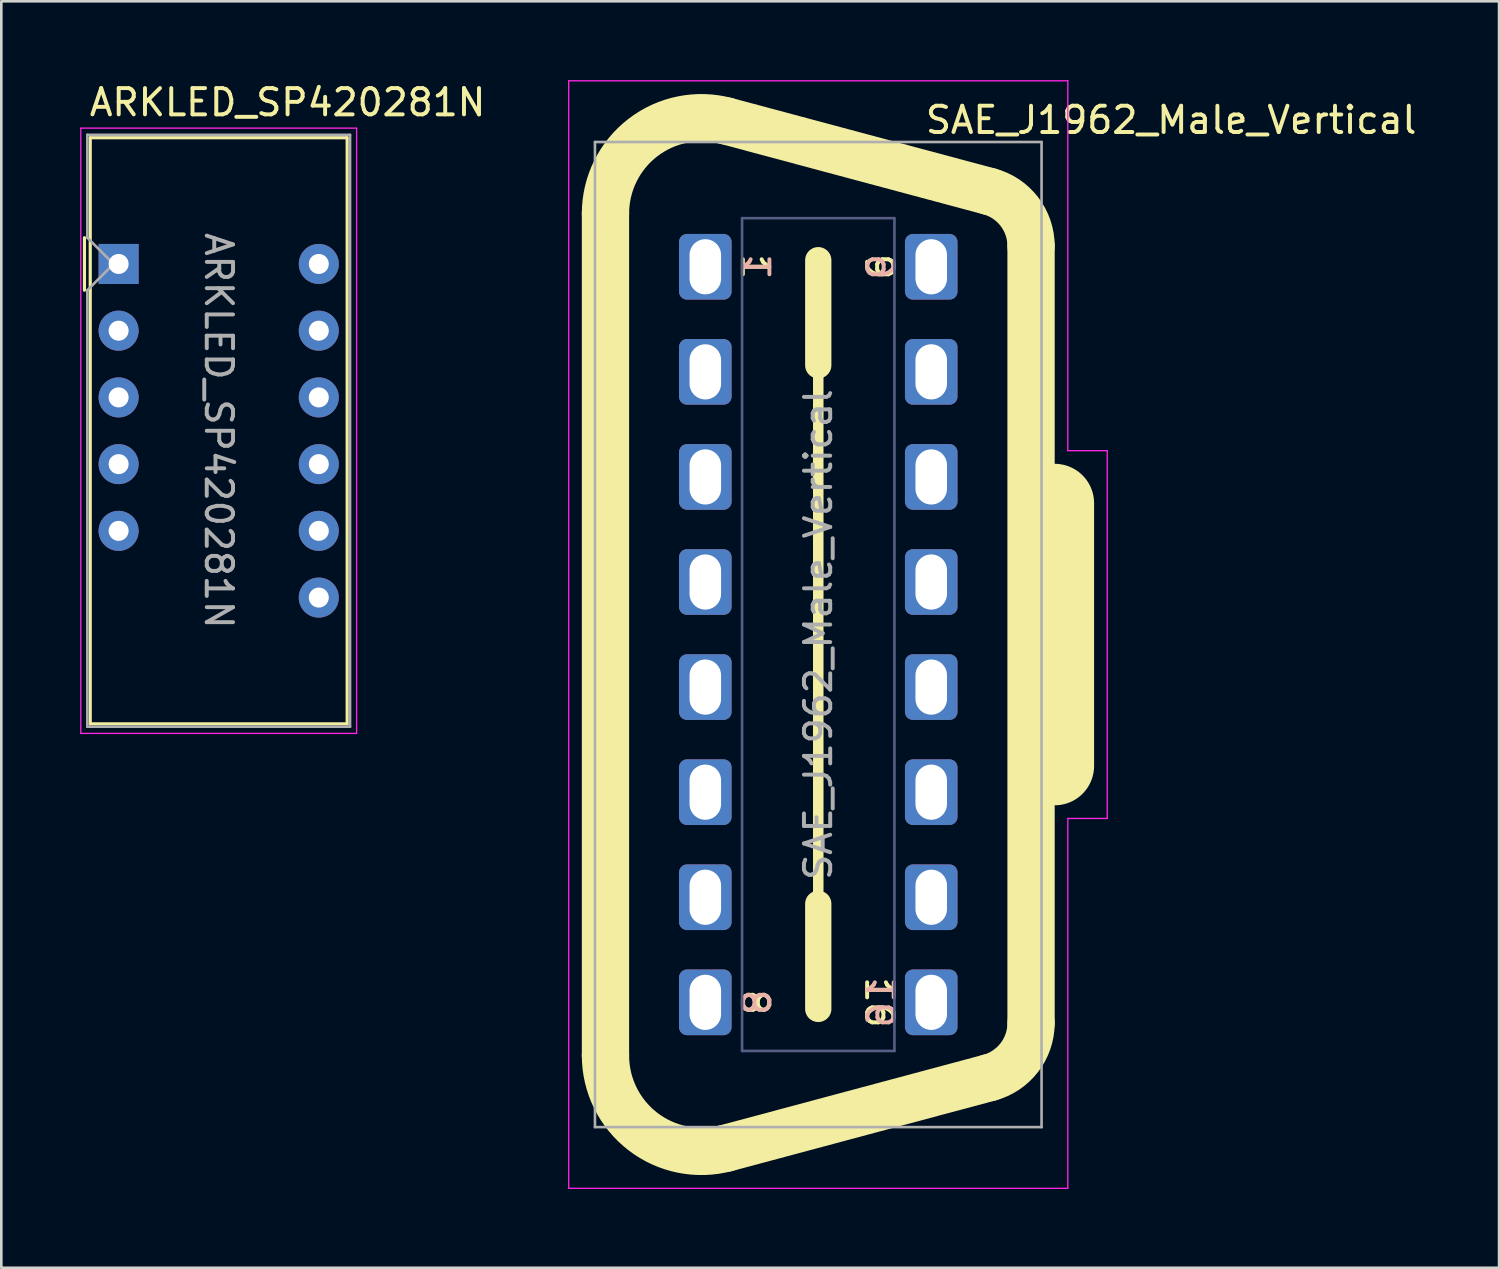
<source format=kicad_pcb>
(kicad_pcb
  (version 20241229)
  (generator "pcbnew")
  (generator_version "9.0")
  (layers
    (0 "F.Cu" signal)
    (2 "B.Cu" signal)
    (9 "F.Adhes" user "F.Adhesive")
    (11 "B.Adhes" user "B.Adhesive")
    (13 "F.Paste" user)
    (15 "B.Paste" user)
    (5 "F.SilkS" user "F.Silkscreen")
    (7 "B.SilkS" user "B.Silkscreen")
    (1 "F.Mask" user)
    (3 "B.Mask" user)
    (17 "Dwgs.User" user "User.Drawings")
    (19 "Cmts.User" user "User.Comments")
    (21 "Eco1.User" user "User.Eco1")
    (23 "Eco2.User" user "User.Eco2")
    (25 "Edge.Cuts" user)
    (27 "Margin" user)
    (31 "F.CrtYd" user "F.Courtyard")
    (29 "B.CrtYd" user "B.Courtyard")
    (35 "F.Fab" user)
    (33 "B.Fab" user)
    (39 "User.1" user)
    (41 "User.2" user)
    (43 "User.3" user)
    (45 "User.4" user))
  (footprint "ARKLED_SP420281N"
    (layer "F.Cu")
    (at 1.465 6.998)
    (property "Reference" "ARKLED_SP420281N" (at -1.19 -6.15 0) (unlocked yes) (layer "F.SilkS") (effects (font (size 1 1) (thickness 0.15)) (justify left)))
    (attr through_hole)
    (fp_line (start -1.3 -1) (end -1.3 1) (stroke (width 0.12) (type default)) (layer "F.SilkS"))
    (fp_line (start -1.08 -4.805) (end -1.08 17.505) (stroke (width 0.12) (type default)) (layer "F.SilkS"))
    (fp_line (start -1.08 -4.805) (end 8.7 -4.805) (stroke (width 0.12) (type default)) (layer "F.SilkS"))
    (fp_line (start -1.08 17.505) (end 8.7 17.505) (stroke (width 0.12) (type default)) (layer "F.SilkS"))
    (fp_line (start 8.7 -4.805) (end 8.7 17.505) (stroke (width 0.12) (type default)) (layer "F.SilkS"))
    (fp_line (start -1.44 -5.17) (end 9.06 -5.17) (stroke (width 0.05) (type default)) (layer "F.CrtYd"))
    (fp_line (start -1.44 17.87) (end -1.44 -5.17) (stroke (width 0.05) (type default)) (layer "F.CrtYd"))
    (fp_line (start -1.44 17.87) (end 9.06 17.87) (stroke (width 0.05) (type default)) (layer "F.CrtYd"))
    (fp_line (start 9.06 17.87) (end 9.06 -5.17) (stroke (width 0.05) (type default)) (layer "F.CrtYd"))
    (fp_line (start -1.19 -4.915) (end 8.81 -4.915) (stroke (width 0.1) (type default)) (layer "F.Fab"))
    (fp_line (start -1.19 -1) (end -1.19 -4.915) (stroke (width 0.1) (type default)) (layer "F.Fab"))
    (fp_line (start -1.19 -1) (end -0.19 0) (stroke (width 0.1) (type default)) (layer "F.Fab"))
    (fp_line (start -1.19 1) (end -1.19 17.615) (stroke (width 0.1) (type default)) (layer "F.Fab"))
    (fp_line (start -1.19 17.615) (end 8.81 17.615) (stroke (width 0.1) (type default)) (layer "F.Fab"))
    (fp_line (start -0.19 0) (end -1.19 1) (stroke (width 0.1) (type default)) (layer "F.Fab"))
    (fp_line (start 8.81 -4.915) (end 8.81 17.615) (stroke (width 0.1) (type default)) (layer "F.Fab"))
    (fp_text user "${REFERENCE}" (at 3.81 6.35 270) (unlocked yes) (layer "F.Fab") (effects (font (size 1 1) (thickness 0.15))))
    (pad "1" thru_hole rect (at 0 0) (size 1.524 1.524) (drill 0.762) (layers "*.Cu" "*.Mask"))
    (pad "2" thru_hole circle (at 0 2.54) (size 1.524 1.524) (drill 0.762) (layers "*.Cu" "*.Mask"))
    (pad "3" thru_hole circle (at 0 5.08) (size 1.524 1.524) (drill 0.762) (layers "*.Cu" "*.Mask"))
    (pad "4" thru_hole circle (at 0 7.62) (size 1.524 1.524) (drill 0.762) (layers "*.Cu" "*.Mask"))
    (pad "5" thru_hole circle (at 0 10.16) (size 1.524 1.524) (drill 0.762) (layers "*.Cu" "*.Mask"))
    (pad "7" thru_hole circle (at 7.62 12.7) (size 1.524 1.524) (drill 0.762) (layers "*.Cu" "*.Mask"))
    (pad "8" thru_hole circle (at 7.62 10.16) (size 1.524 1.524) (drill 0.762) (layers "*.Cu" "*.Mask"))
    (pad "9" thru_hole circle (at 7.62 7.62) (size 1.524 1.524) (drill 0.762) (layers "*.Cu" "*.Mask"))
    (pad "10" thru_hole circle (at 7.62 5.08) (size 1.524 1.524) (drill 0.762) (layers "*.Cu" "*.Mask"))
    (pad "11" thru_hole circle (at 7.62 2.54) (size 1.524 1.524) (drill 0.762) (layers "*.Cu" "*.Mask"))
    (pad "12" thru_hole circle (at 7.62 0) (size 1.524 1.524) (drill 0.762) (layers "*.Cu" "*.Mask")))
  (footprint "SAE_J1962_Male_Vertical"
    (layer "F.Cu")
    (at 28.098 21.105)
    (property "Reference" "SAE_J1962_Male_Vertical" (at 4 -19 0) (unlocked yes) (layer "F.SilkS") (effects (font (size 1 1) (thickness 0.15)) (justify left bottom)))
    (attr through_hole)
    (fp_line (start -8.1 -16.025) (end -8.1 16.025) (stroke (width 1.8) (type default)) (layer "F.SilkS"))
    (fp_line (start -3.505 -19.551) (end 6.506 -16.868) (stroke (width 1.8) (type default)) (layer "F.SilkS"))
    (fp_line (start -3.505 19.551) (end 6.506 16.868) (stroke (width 1.8) (type default)) (layer "F.SilkS"))
    (fp_line (start 0 -14.25) (end 0 -10.25) (stroke (width 1) (type default)) (layer "F.SilkS"))
    (fp_line (start 0 -14.25) (end 0 14.25) (stroke (width 0.4) (type default)) (layer "F.SilkS"))
    (fp_line (start 0 14.25) (end 0 10.25) (stroke (width 1) (type default)) (layer "F.SilkS"))
    (fp_line (start 8.1 -14.791) (end 8.1 14.791) (stroke (width 1.8) (type default)) (layer "F.SilkS"))
    (fp_line (start 9 -5) (end 9 5) (stroke (width 3) (type default)) (layer "F.SilkS"))
    (fp_arc (start -8.1 -16.025) (mid -6.671966 -18.920727) (end -3.5053 -19.5506) (stroke (width 1.8) (type default)) (layer "F.SilkS"))
    (fp_arc (start -3.5053 19.5506) (mid -6.671966 18.920727) (end -8.1 16.025) (stroke (width 1.8) (type default)) (layer "F.SilkS"))
    (fp_arc (start 6.506492 -16.867945) (mid 7.655711 -16.100048) (end 8.1 -14.79124) (stroke (width 1.8) (type default)) (layer "F.SilkS"))
    (fp_arc (start 8.1 14.79124) (mid 7.655711 16.100048) (end 6.506492 16.867945) (stroke (width 1.8) (type default)) (layer "F.SilkS"))
    (fp_line (start -9.5 -21.08) (end -9.5 21.08) (stroke (width 0.05) (type default)) (layer "F.CrtYd"))
    (fp_line (start -9.5 21.08) (end 9.5 21.08) (stroke (width 0.05) (type default)) (layer "F.CrtYd"))
    (fp_line (start 9.5 -21.08) (end -9.5 -21.08) (stroke (width 0.05) (type default)) (layer "F.CrtYd"))
    (fp_line (start 9.5 -7) (end 9.5 -21.08) (stroke (width 0.05) (type default)) (layer "F.CrtYd"))
    (fp_line (start 9.5 7) (end 11 7) (stroke (width 0.05) (type default)) (layer "F.CrtYd"))
    (fp_line (start 9.5 21.08) (end 9.5 7) (stroke (width 0.05) (type default)) (layer "F.CrtYd"))
    (fp_line (start 11 -7) (end 9.5 -7) (stroke (width 0.05) (type default)) (layer "F.CrtYd"))
    (fp_line (start 11 7) (end 11 -7) (stroke (width 0.05) (type default)) (layer "F.CrtYd"))
    (fp_line (start -2.9 -15.85) (end 2.9 -15.85) (stroke (width 0.1) (type default)) (layer "B.Fab"))
    (fp_line (start -2.9 15.85) (end -2.9 -15.85) (stroke (width 0.1) (type default)) (layer "B.Fab"))
    (fp_line (start 2.9 -15.85) (end 2.9 15.85) (stroke (width 0.1) (type default)) (layer "B.Fab"))
    (fp_line (start 2.9 15.85) (end -2.9 15.85) (stroke (width 0.1) (type default)) (layer "B.Fab"))
    (fp_line (start -8.5 -18.75) (end 8.5 -18.75) (stroke (width 0.1) (type default)) (layer "F.Fab"))
    (fp_line (start -8.5 18.75) (end -8.5 -18.75) (stroke (width 0.1) (type default)) (layer "F.Fab"))
    (fp_line (start 8.5 -18.75) (end 8.5 18.75) (stroke (width 0.1) (type default)) (layer "F.Fab"))
    (fp_line (start 8.5 18.75) (end -8.5 18.75) (stroke (width 0.1) (type default)) (layer "F.Fab"))
    (fp_text user "9" (at 2.9 -14 270) (unlocked yes) (layer "F.SilkS") (effects (font (size 1 1) (thickness 0.15)) (justify top)))
    (fp_text user "1" (at -3 -14 270) (unlocked yes) (layer "F.SilkS") (effects (font (size 1 1) (thickness 0.15)) (justify bottom)))
    (fp_text user "8" (at -3 14 270) (unlocked yes) (layer "F.SilkS") (effects (font (size 1 1) (thickness 0.15)) (justify bottom)))
    (fp_text user "16" (at 2.9 14 270) (unlocked yes) (layer "F.SilkS") (effects (font (size 1 1) (thickness 0.15)) (justify top)))
    (fp_text user "1" (at -2.9 -14 90) (unlocked yes) (layer "B.SilkS") (effects (font (size 1 1) (thickness 0.15)) (justify top mirror)))
    (fp_text user "16" (at 3 14 90) (unlocked yes) (layer "B.SilkS") (effects (font (size 1 1) (thickness 0.15)) (justify bottom mirror)))
    (fp_text user "8" (at -2.9 14 90) (unlocked yes) (layer "B.SilkS") (effects (font (size 1 1) (thickness 0.15)) (justify top mirror)))
    (fp_text user "9" (at 3 -14 90) (unlocked yes) (layer "B.SilkS") (effects (font (size 1 1) (thickness 0.15)) (justify bottom mirror)))
    (fp_text user "${REFERENCE}" (at 0 0 90) (unlocked yes) (layer "F.Fab") (effects (font (size 1 1) (thickness 0.15))))
    (pad "1" thru_hole roundrect (at -4.3 -14 270) (size 2.5 2) (drill oval 2.1 1.2) (layers "*.Cu" "*.Mask") (roundrect_rratio 0.15))
    (pad "2" thru_hole roundrect (at -4.3 -10 270) (size 2.5 2) (drill oval 2.1 1.2) (layers "*.Cu" "*.Mask") (roundrect_rratio 0.15))
    (pad "3" thru_hole roundrect (at -4.3 -6 270) (size 2.5 2) (drill oval 2.1 1.2) (layers "*.Cu" "*.Mask") (roundrect_rratio 0.15))
    (pad "4" thru_hole roundrect (at -4.3 -2 270) (size 2.5 2) (drill oval 2.1 1.2) (layers "*.Cu" "*.Mask") (roundrect_rratio 0.15))
    (pad "5" thru_hole roundrect (at -4.3 2 270) (size 2.5 2) (drill oval 2.1 1.2) (layers "*.Cu" "*.Mask") (roundrect_rratio 0.15))
    (pad "6" thru_hole roundrect (at -4.3 6 270) (size 2.5 2) (drill oval 2.1 1.2) (layers "*.Cu" "*.Mask") (roundrect_rratio 0.15))
    (pad "7" thru_hole roundrect (at -4.3 10 270) (size 2.5 2) (drill oval 2.1 1.2) (layers "*.Cu" "*.Mask") (roundrect_rratio 0.15))
    (pad "8" thru_hole roundrect (at -4.3 14 270) (size 2.5 2) (drill oval 2.1 1.2) (layers "*.Cu" "*.Mask") (roundrect_rratio 0.15))
    (pad "9" thru_hole roundrect (at 4.3 -14 270) (size 2.5 2) (drill oval 2.1 1.2) (layers "*.Cu" "*.Mask") (roundrect_rratio 0.15))
    (pad "10" thru_hole roundrect (at 4.3 -10 270) (size 2.5 2) (drill oval 2.1 1.2) (layers "*.Cu" "*.Mask") (roundrect_rratio 0.15))
    (pad "11" thru_hole roundrect (at 4.3 -6 270) (size 2.5 2) (drill oval 2.1 1.2) (layers "*.Cu" "*.Mask") (roundrect_rratio 0.15))
    (pad "12" thru_hole roundrect (at 4.3 -2 270) (size 2.5 2) (drill oval 2.1 1.2) (layers "*.Cu" "*.Mask") (roundrect_rratio 0.15))
    (pad "13" thru_hole roundrect (at 4.3 2 270) (size 2.5 2) (drill oval 2.1 1.2) (layers "*.Cu" "*.Mask") (roundrect_rratio 0.15))
    (pad "14" thru_hole roundrect (at 4.3 6 270) (size 2.5 2) (drill oval 2.1 1.2) (layers "*.Cu" "*.Mask") (roundrect_rratio 0.15))
    (pad "15" thru_hole roundrect (at 4.3 10 270) (size 2.5 2) (drill oval 2.1 1.2) (layers "*.Cu" "*.Mask") (roundrect_rratio 0.15))
    (pad "16" thru_hole roundrect (at 4.3 14 270) (size 2.5 2) (drill oval 2.1 1.2) (layers "*.Cu" "*.Mask") (roundrect_rratio 0.15)))
  (gr_rect
    (start -3 -3)
    (end 54.014 45.21)
    (stroke (width 0.1) (type default))
    (fill no)
    (layer "Edge.Cuts")))
</source>
